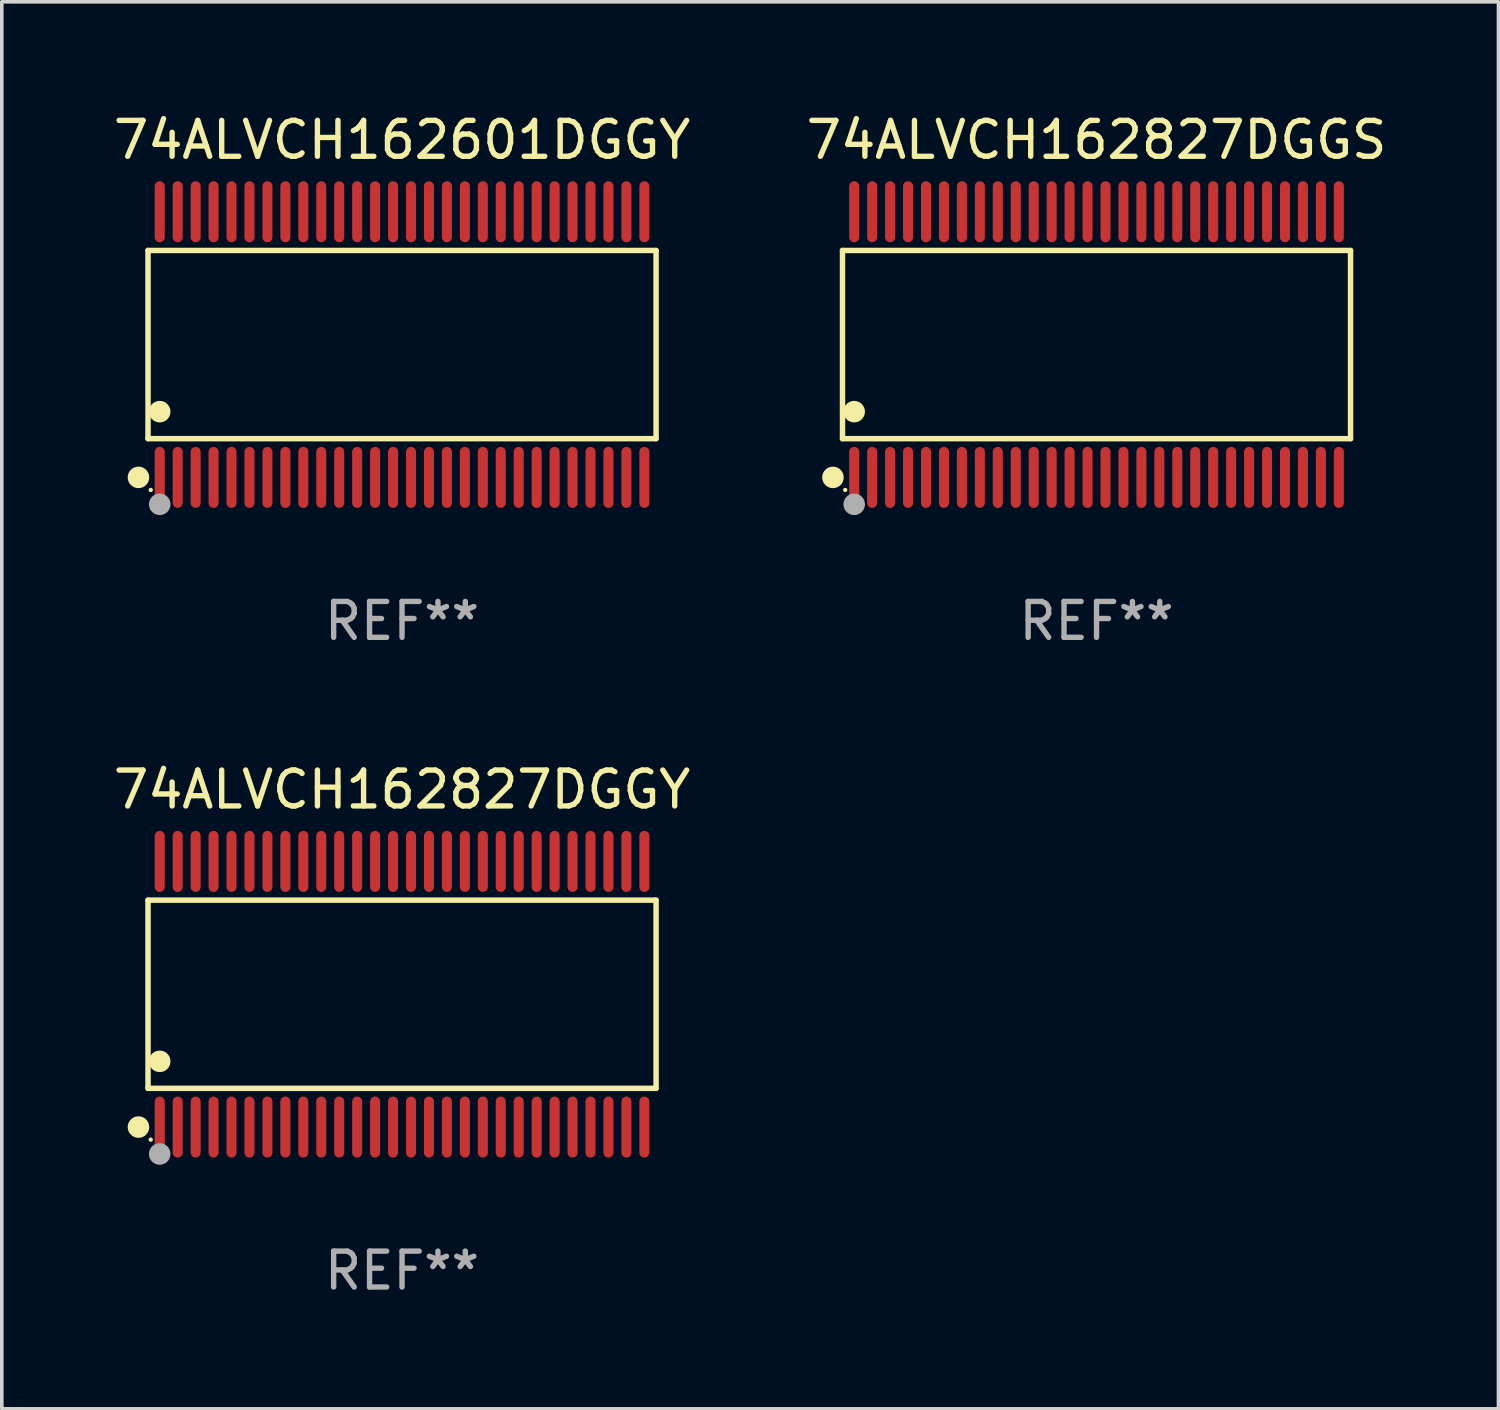
<source format=kicad_pcb>
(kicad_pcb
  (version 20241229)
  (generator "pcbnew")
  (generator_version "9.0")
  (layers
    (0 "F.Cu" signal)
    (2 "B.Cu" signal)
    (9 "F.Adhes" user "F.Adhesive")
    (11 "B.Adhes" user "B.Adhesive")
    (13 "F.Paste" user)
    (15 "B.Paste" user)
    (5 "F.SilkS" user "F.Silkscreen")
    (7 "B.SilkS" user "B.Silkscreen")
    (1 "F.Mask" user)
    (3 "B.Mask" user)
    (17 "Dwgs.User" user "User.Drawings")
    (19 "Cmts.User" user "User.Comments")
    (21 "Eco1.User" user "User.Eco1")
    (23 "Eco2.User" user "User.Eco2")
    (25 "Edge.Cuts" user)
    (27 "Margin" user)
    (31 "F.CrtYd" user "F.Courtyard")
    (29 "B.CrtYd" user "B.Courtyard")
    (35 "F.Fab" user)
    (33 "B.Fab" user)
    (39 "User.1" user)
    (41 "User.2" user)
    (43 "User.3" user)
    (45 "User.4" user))
  (footprint "74ALVCH162827DGGY"
    (layer "F.Cu")
    (at 8.149 24.645)
    (property "Reference" "74ALVCH162827DGGY" (at 0 -5.7 0) (layer "F.SilkS") (effects (font (size 1 1) (thickness 0.15))))
    (attr through_hole)
    (fp_line (start -7.076 -2.621) (end 7.076 -2.621) (stroke (width 0.152) (type solid)) (layer "F.SilkS"))
    (fp_line (start -7.076 2.621) (end -7.076 -2.621) (stroke (width 0.152) (type solid)) (layer "F.SilkS"))
    (fp_line (start 7.076 -2.621) (end 7.076 2.621) (stroke (width 0.152) (type solid)) (layer "F.SilkS"))
    (fp_line (start 7.076 2.621) (end -7.076 2.621) (stroke (width 0.152) (type solid)) (layer "F.SilkS"))
    (fp_circle (center -7.342 3.7) (end -7.192 3.7) (stroke (width 0.3) (type solid)) (fill no) (layer "F.SilkS"))
    (fp_circle (center -7 4.05) (end -6.97 4.05) (stroke (width 0.06) (type solid)) (fill no) (layer "F.SilkS"))
    (fp_circle (center -6.75 1.869) (end -6.6 1.869) (stroke (width 0.3) (type solid)) (fill no) (layer "F.SilkS"))
    (fp_circle (center -6.75 4.45) (end -6.6 4.45) (stroke (width 0.3) (type solid)) (fill no) (layer "F.Fab"))
    (fp_text user "REF**" (at 0 7.7 0) (layer "F.Fab") (effects (font (size 1 1) (thickness 0.15))))
    (pad "1" smd oval (at -6.75 3.7) (size 0.28 1.7) (layers "F.Cu" "F.Mask" "F.Paste"))
    (pad "2" smd oval (at -6.25 3.7) (size 0.28 1.7) (layers "F.Cu" "F.Mask" "F.Paste"))
    (pad "3" smd oval (at -5.75 3.7) (size 0.28 1.7) (layers "F.Cu" "F.Mask" "F.Paste"))
    (pad "4" smd oval (at -5.25 3.7) (size 0.28 1.7) (layers "F.Cu" "F.Mask" "F.Paste"))
    (pad "5" smd oval (at -4.75 3.7) (size 0.28 1.7) (layers "F.Cu" "F.Mask" "F.Paste"))
    (pad "6" smd oval (at -4.25 3.7) (size 0.28 1.7) (layers "F.Cu" "F.Mask" "F.Paste"))
    (pad "7" smd oval (at -3.75 3.7) (size 0.28 1.7) (layers "F.Cu" "F.Mask" "F.Paste"))
    (pad "8" smd oval (at -3.25 3.7) (size 0.28 1.7) (layers "F.Cu" "F.Mask" "F.Paste"))
    (pad "9" smd oval (at -2.75 3.7) (size 0.28 1.7) (layers "F.Cu" "F.Mask" "F.Paste"))
    (pad "10" smd oval (at -2.25 3.7) (size 0.28 1.7) (layers "F.Cu" "F.Mask" "F.Paste"))
    (pad "11" smd oval (at -1.75 3.7) (size 0.28 1.7) (layers "F.Cu" "F.Mask" "F.Paste"))
    (pad "12" smd oval (at -1.25 3.7) (size 0.28 1.7) (layers "F.Cu" "F.Mask" "F.Paste"))
    (pad "13" smd oval (at -0.75 3.7) (size 0.28 1.7) (layers "F.Cu" "F.Mask" "F.Paste"))
    (pad "14" smd oval (at -0.25 3.7) (size 0.28 1.7) (layers "F.Cu" "F.Mask" "F.Paste"))
    (pad "15" smd oval (at 0.25 3.7) (size 0.28 1.7) (layers "F.Cu" "F.Mask" "F.Paste"))
    (pad "16" smd oval (at 0.75 3.7) (size 0.28 1.7) (layers "F.Cu" "F.Mask" "F.Paste"))
    (pad "17" smd oval (at 1.25 3.7) (size 0.28 1.7) (layers "F.Cu" "F.Mask" "F.Paste"))
    (pad "18" smd oval (at 1.75 3.7) (size 0.28 1.7) (layers "F.Cu" "F.Mask" "F.Paste"))
    (pad "19" smd oval (at 2.25 3.7) (size 0.28 1.7) (layers "F.Cu" "F.Mask" "F.Paste"))
    (pad "20" smd oval (at 2.75 3.7) (size 0.28 1.7) (layers "F.Cu" "F.Mask" "F.Paste"))
    (pad "21" smd oval (at 3.25 3.7) (size 0.28 1.7) (layers "F.Cu" "F.Mask" "F.Paste"))
    (pad "22" smd oval (at 3.75 3.7) (size 0.28 1.7) (layers "F.Cu" "F.Mask" "F.Paste"))
    (pad "23" smd oval (at 4.25 3.7) (size 0.28 1.7) (layers "F.Cu" "F.Mask" "F.Paste"))
    (pad "24" smd oval (at 4.75 3.7) (size 0.28 1.7) (layers "F.Cu" "F.Mask" "F.Paste"))
    (pad "25" smd oval (at 5.25 3.7) (size 0.28 1.7) (layers "F.Cu" "F.Mask" "F.Paste"))
    (pad "26" smd oval (at 5.75 3.7) (size 0.28 1.7) (layers "F.Cu" "F.Mask" "F.Paste"))
    (pad "27" smd oval (at 6.25 3.7) (size 0.28 1.7) (layers "F.Cu" "F.Mask" "F.Paste"))
    (pad "28" smd oval (at 6.75 3.7) (size 0.28 1.7) (layers "F.Cu" "F.Mask" "F.Paste"))
    (pad "29" smd oval (at 6.75 -3.7) (size 0.28 1.7) (layers "F.Cu" "F.Mask" "F.Paste"))
    (pad "30" smd oval (at 6.25 -3.7) (size 0.28 1.7) (layers "F.Cu" "F.Mask" "F.Paste"))
    (pad "31" smd oval (at 5.75 -3.7) (size 0.28 1.7) (layers "F.Cu" "F.Mask" "F.Paste"))
    (pad "32" smd oval (at 5.25 -3.7) (size 0.28 1.7) (layers "F.Cu" "F.Mask" "F.Paste"))
    (pad "33" smd oval (at 4.75 -3.7) (size 0.28 1.7) (layers "F.Cu" "F.Mask" "F.Paste"))
    (pad "34" smd oval (at 4.25 -3.7) (size 0.28 1.7) (layers "F.Cu" "F.Mask" "F.Paste"))
    (pad "35" smd oval (at 3.75 -3.7) (size 0.28 1.7) (layers "F.Cu" "F.Mask" "F.Paste"))
    (pad "36" smd oval (at 3.25 -3.7) (size 0.28 1.7) (layers "F.Cu" "F.Mask" "F.Paste"))
    (pad "37" smd oval (at 2.75 -3.7) (size 0.28 1.7) (layers "F.Cu" "F.Mask" "F.Paste"))
    (pad "38" smd oval (at 2.25 -3.7) (size 0.28 1.7) (layers "F.Cu" "F.Mask" "F.Paste"))
    (pad "39" smd oval (at 1.75 -3.7) (size 0.28 1.7) (layers "F.Cu" "F.Mask" "F.Paste"))
    (pad "40" smd oval (at 1.25 -3.7) (size 0.28 1.7) (layers "F.Cu" "F.Mask" "F.Paste"))
    (pad "41" smd oval (at 0.75 -3.7) (size 0.28 1.7) (layers "F.Cu" "F.Mask" "F.Paste"))
    (pad "42" smd oval (at 0.25 -3.7) (size 0.28 1.7) (layers "F.Cu" "F.Mask" "F.Paste"))
    (pad "43" smd oval (at -0.25 -3.7) (size 0.28 1.7) (layers "F.Cu" "F.Mask" "F.Paste"))
    (pad "44" smd oval (at -0.75 -3.7) (size 0.28 1.7) (layers "F.Cu" "F.Mask" "F.Paste"))
    (pad "45" smd oval (at -1.25 -3.7) (size 0.28 1.7) (layers "F.Cu" "F.Mask" "F.Paste"))
    (pad "46" smd oval (at -1.75 -3.7) (size 0.28 1.7) (layers "F.Cu" "F.Mask" "F.Paste"))
    (pad "47" smd oval (at -2.25 -3.7) (size 0.28 1.7) (layers "F.Cu" "F.Mask" "F.Paste"))
    (pad "48" smd oval (at -2.75 -3.7) (size 0.28 1.7) (layers "F.Cu" "F.Mask" "F.Paste"))
    (pad "49" smd oval (at -3.25 -3.7) (size 0.28 1.7) (layers "F.Cu" "F.Mask" "F.Paste"))
    (pad "50" smd oval (at -3.75 -3.7) (size 0.28 1.7) (layers "F.Cu" "F.Mask" "F.Paste"))
    (pad "51" smd oval (at -4.25 -3.7) (size 0.28 1.7) (layers "F.Cu" "F.Mask" "F.Paste"))
    (pad "52" smd oval (at -4.75 -3.7) (size 0.28 1.7) (layers "F.Cu" "F.Mask" "F.Paste"))
    (pad "53" smd oval (at -5.25 -3.7) (size 0.28 1.7) (layers "F.Cu" "F.Mask" "F.Paste"))
    (pad "54" smd oval (at -5.75 -3.7) (size 0.28 1.7) (layers "F.Cu" "F.Mask" "F.Paste"))
    (pad "55" smd oval (at -6.25 -3.7) (size 0.28 1.7) (layers "F.Cu" "F.Mask" "F.Paste"))
    (pad "56" smd oval (at -6.75 -3.7) (size 0.28 1.7) (layers "F.Cu" "F.Mask" "F.Paste")))
  (footprint "74ALVCH162827DGGS"
    (layer "F.Cu")
    (at 27.494 6.548)
    (property "Reference" "74ALVCH162827DGGS" (at 0 -5.7 0) (layer "F.SilkS") (effects (font (size 1 1) (thickness 0.15))))
    (attr through_hole)
    (fp_line (start -7.076 -2.621) (end 7.076 -2.621) (stroke (width 0.152) (type solid)) (layer "F.SilkS"))
    (fp_line (start -7.076 2.621) (end -7.076 -2.621) (stroke (width 0.152) (type solid)) (layer "F.SilkS"))
    (fp_line (start 7.076 -2.621) (end 7.076 2.621) (stroke (width 0.152) (type solid)) (layer "F.SilkS"))
    (fp_line (start 7.076 2.621) (end -7.076 2.621) (stroke (width 0.152) (type solid)) (layer "F.SilkS"))
    (fp_circle (center -7.342 3.7) (end -7.192 3.7) (stroke (width 0.3) (type solid)) (fill no) (layer "F.SilkS"))
    (fp_circle (center -7 4.05) (end -6.97 4.05) (stroke (width 0.06) (type solid)) (fill no) (layer "F.SilkS"))
    (fp_circle (center -6.75 1.869) (end -6.6 1.869) (stroke (width 0.3) (type solid)) (fill no) (layer "F.SilkS"))
    (fp_circle (center -6.75 4.45) (end -6.6 4.45) (stroke (width 0.3) (type solid)) (fill no) (layer "F.Fab"))
    (fp_text user "REF**" (at 0 7.7 0) (layer "F.Fab") (effects (font (size 1 1) (thickness 0.15))))
    (pad "1" smd oval (at -6.75 3.7) (size 0.28 1.7) (layers "F.Cu" "F.Mask" "F.Paste"))
    (pad "2" smd oval (at -6.25 3.7) (size 0.28 1.7) (layers "F.Cu" "F.Mask" "F.Paste"))
    (pad "3" smd oval (at -5.75 3.7) (size 0.28 1.7) (layers "F.Cu" "F.Mask" "F.Paste"))
    (pad "4" smd oval (at -5.25 3.7) (size 0.28 1.7) (layers "F.Cu" "F.Mask" "F.Paste"))
    (pad "5" smd oval (at -4.75 3.7) (size 0.28 1.7) (layers "F.Cu" "F.Mask" "F.Paste"))
    (pad "6" smd oval (at -4.25 3.7) (size 0.28 1.7) (layers "F.Cu" "F.Mask" "F.Paste"))
    (pad "7" smd oval (at -3.75 3.7) (size 0.28 1.7) (layers "F.Cu" "F.Mask" "F.Paste"))
    (pad "8" smd oval (at -3.25 3.7) (size 0.28 1.7) (layers "F.Cu" "F.Mask" "F.Paste"))
    (pad "9" smd oval (at -2.75 3.7) (size 0.28 1.7) (layers "F.Cu" "F.Mask" "F.Paste"))
    (pad "10" smd oval (at -2.25 3.7) (size 0.28 1.7) (layers "F.Cu" "F.Mask" "F.Paste"))
    (pad "11" smd oval (at -1.75 3.7) (size 0.28 1.7) (layers "F.Cu" "F.Mask" "F.Paste"))
    (pad "12" smd oval (at -1.25 3.7) (size 0.28 1.7) (layers "F.Cu" "F.Mask" "F.Paste"))
    (pad "13" smd oval (at -0.75 3.7) (size 0.28 1.7) (layers "F.Cu" "F.Mask" "F.Paste"))
    (pad "14" smd oval (at -0.25 3.7) (size 0.28 1.7) (layers "F.Cu" "F.Mask" "F.Paste"))
    (pad "15" smd oval (at 0.25 3.7) (size 0.28 1.7) (layers "F.Cu" "F.Mask" "F.Paste"))
    (pad "16" smd oval (at 0.75 3.7) (size 0.28 1.7) (layers "F.Cu" "F.Mask" "F.Paste"))
    (pad "17" smd oval (at 1.25 3.7) (size 0.28 1.7) (layers "F.Cu" "F.Mask" "F.Paste"))
    (pad "18" smd oval (at 1.75 3.7) (size 0.28 1.7) (layers "F.Cu" "F.Mask" "F.Paste"))
    (pad "19" smd oval (at 2.25 3.7) (size 0.28 1.7) (layers "F.Cu" "F.Mask" "F.Paste"))
    (pad "20" smd oval (at 2.75 3.7) (size 0.28 1.7) (layers "F.Cu" "F.Mask" "F.Paste"))
    (pad "21" smd oval (at 3.25 3.7) (size 0.28 1.7) (layers "F.Cu" "F.Mask" "F.Paste"))
    (pad "22" smd oval (at 3.75 3.7) (size 0.28 1.7) (layers "F.Cu" "F.Mask" "F.Paste"))
    (pad "23" smd oval (at 4.25 3.7) (size 0.28 1.7) (layers "F.Cu" "F.Mask" "F.Paste"))
    (pad "24" smd oval (at 4.75 3.7) (size 0.28 1.7) (layers "F.Cu" "F.Mask" "F.Paste"))
    (pad "25" smd oval (at 5.25 3.7) (size 0.28 1.7) (layers "F.Cu" "F.Mask" "F.Paste"))
    (pad "26" smd oval (at 5.75 3.7) (size 0.28 1.7) (layers "F.Cu" "F.Mask" "F.Paste"))
    (pad "27" smd oval (at 6.25 3.7) (size 0.28 1.7) (layers "F.Cu" "F.Mask" "F.Paste"))
    (pad "28" smd oval (at 6.75 3.7) (size 0.28 1.7) (layers "F.Cu" "F.Mask" "F.Paste"))
    (pad "29" smd oval (at 6.75 -3.7) (size 0.28 1.7) (layers "F.Cu" "F.Mask" "F.Paste"))
    (pad "30" smd oval (at 6.25 -3.7) (size 0.28 1.7) (layers "F.Cu" "F.Mask" "F.Paste"))
    (pad "31" smd oval (at 5.75 -3.7) (size 0.28 1.7) (layers "F.Cu" "F.Mask" "F.Paste"))
    (pad "32" smd oval (at 5.25 -3.7) (size 0.28 1.7) (layers "F.Cu" "F.Mask" "F.Paste"))
    (pad "33" smd oval (at 4.75 -3.7) (size 0.28 1.7) (layers "F.Cu" "F.Mask" "F.Paste"))
    (pad "34" smd oval (at 4.25 -3.7) (size 0.28 1.7) (layers "F.Cu" "F.Mask" "F.Paste"))
    (pad "35" smd oval (at 3.75 -3.7) (size 0.28 1.7) (layers "F.Cu" "F.Mask" "F.Paste"))
    (pad "36" smd oval (at 3.25 -3.7) (size 0.28 1.7) (layers "F.Cu" "F.Mask" "F.Paste"))
    (pad "37" smd oval (at 2.75 -3.7) (size 0.28 1.7) (layers "F.Cu" "F.Mask" "F.Paste"))
    (pad "38" smd oval (at 2.25 -3.7) (size 0.28 1.7) (layers "F.Cu" "F.Mask" "F.Paste"))
    (pad "39" smd oval (at 1.75 -3.7) (size 0.28 1.7) (layers "F.Cu" "F.Mask" "F.Paste"))
    (pad "40" smd oval (at 1.25 -3.7) (size 0.28 1.7) (layers "F.Cu" "F.Mask" "F.Paste"))
    (pad "41" smd oval (at 0.75 -3.7) (size 0.28 1.7) (layers "F.Cu" "F.Mask" "F.Paste"))
    (pad "42" smd oval (at 0.25 -3.7) (size 0.28 1.7) (layers "F.Cu" "F.Mask" "F.Paste"))
    (pad "43" smd oval (at -0.25 -3.7) (size 0.28 1.7) (layers "F.Cu" "F.Mask" "F.Paste"))
    (pad "44" smd oval (at -0.75 -3.7) (size 0.28 1.7) (layers "F.Cu" "F.Mask" "F.Paste"))
    (pad "45" smd oval (at -1.25 -3.7) (size 0.28 1.7) (layers "F.Cu" "F.Mask" "F.Paste"))
    (pad "46" smd oval (at -1.75 -3.7) (size 0.28 1.7) (layers "F.Cu" "F.Mask" "F.Paste"))
    (pad "47" smd oval (at -2.25 -3.7) (size 0.28 1.7) (layers "F.Cu" "F.Mask" "F.Paste"))
    (pad "48" smd oval (at -2.75 -3.7) (size 0.28 1.7) (layers "F.Cu" "F.Mask" "F.Paste"))
    (pad "49" smd oval (at -3.25 -3.7) (size 0.28 1.7) (layers "F.Cu" "F.Mask" "F.Paste"))
    (pad "50" smd oval (at -3.75 -3.7) (size 0.28 1.7) (layers "F.Cu" "F.Mask" "F.Paste"))
    (pad "51" smd oval (at -4.25 -3.7) (size 0.28 1.7) (layers "F.Cu" "F.Mask" "F.Paste"))
    (pad "52" smd oval (at -4.75 -3.7) (size 0.28 1.7) (layers "F.Cu" "F.Mask" "F.Paste"))
    (pad "53" smd oval (at -5.25 -3.7) (size 0.28 1.7) (layers "F.Cu" "F.Mask" "F.Paste"))
    (pad "54" smd oval (at -5.75 -3.7) (size 0.28 1.7) (layers "F.Cu" "F.Mask" "F.Paste"))
    (pad "55" smd oval (at -6.25 -3.7) (size 0.28 1.7) (layers "F.Cu" "F.Mask" "F.Paste"))
    (pad "56" smd oval (at -6.75 -3.7) (size 0.28 1.7) (layers "F.Cu" "F.Mask" "F.Paste")))
  (footprint "74ALVCH162601DGGY"
    (layer "F.Cu")
    (at 8.149 6.548)
    (property "Reference" "74ALVCH162601DGGY" (at 0 -5.7 0) (layer "F.SilkS") (effects (font (size 1 1) (thickness 0.15))))
    (attr through_hole)
    (fp_line (start -7.076 -2.621) (end 7.076 -2.621) (stroke (width 0.152) (type solid)) (layer "F.SilkS"))
    (fp_line (start -7.076 2.621) (end -7.076 -2.621) (stroke (width 0.152) (type solid)) (layer "F.SilkS"))
    (fp_line (start 7.076 -2.621) (end 7.076 2.621) (stroke (width 0.152) (type solid)) (layer "F.SilkS"))
    (fp_line (start 7.076 2.621) (end -7.076 2.621) (stroke (width 0.152) (type solid)) (layer "F.SilkS"))
    (fp_circle (center -7.342 3.7) (end -7.192 3.7) (stroke (width 0.3) (type solid)) (fill no) (layer "F.SilkS"))
    (fp_circle (center -7 4.05) (end -6.97 4.05) (stroke (width 0.06) (type solid)) (fill no) (layer "F.SilkS"))
    (fp_circle (center -6.75 1.869) (end -6.6 1.869) (stroke (width 0.3) (type solid)) (fill no) (layer "F.SilkS"))
    (fp_circle (center -6.75 4.45) (end -6.6 4.45) (stroke (width 0.3) (type solid)) (fill no) (layer "F.Fab"))
    (fp_text user "REF**" (at 0 7.7 0) (layer "F.Fab") (effects (font (size 1 1) (thickness 0.15))))
    (pad "1" smd oval (at -6.75 3.7) (size 0.28 1.7) (layers "F.Cu" "F.Mask" "F.Paste"))
    (pad "2" smd oval (at -6.25 3.7) (size 0.28 1.7) (layers "F.Cu" "F.Mask" "F.Paste"))
    (pad "3" smd oval (at -5.75 3.7) (size 0.28 1.7) (layers "F.Cu" "F.Mask" "F.Paste"))
    (pad "4" smd oval (at -5.25 3.7) (size 0.28 1.7) (layers "F.Cu" "F.Mask" "F.Paste"))
    (pad "5" smd oval (at -4.75 3.7) (size 0.28 1.7) (layers "F.Cu" "F.Mask" "F.Paste"))
    (pad "6" smd oval (at -4.25 3.7) (size 0.28 1.7) (layers "F.Cu" "F.Mask" "F.Paste"))
    (pad "7" smd oval (at -3.75 3.7) (size 0.28 1.7) (layers "F.Cu" "F.Mask" "F.Paste"))
    (pad "8" smd oval (at -3.25 3.7) (size 0.28 1.7) (layers "F.Cu" "F.Mask" "F.Paste"))
    (pad "9" smd oval (at -2.75 3.7) (size 0.28 1.7) (layers "F.Cu" "F.Mask" "F.Paste"))
    (pad "10" smd oval (at -2.25 3.7) (size 0.28 1.7) (layers "F.Cu" "F.Mask" "F.Paste"))
    (pad "11" smd oval (at -1.75 3.7) (size 0.28 1.7) (layers "F.Cu" "F.Mask" "F.Paste"))
    (pad "12" smd oval (at -1.25 3.7) (size 0.28 1.7) (layers "F.Cu" "F.Mask" "F.Paste"))
    (pad "13" smd oval (at -0.75 3.7) (size 0.28 1.7) (layers "F.Cu" "F.Mask" "F.Paste"))
    (pad "14" smd oval (at -0.25 3.7) (size 0.28 1.7) (layers "F.Cu" "F.Mask" "F.Paste"))
    (pad "15" smd oval (at 0.25 3.7) (size 0.28 1.7) (layers "F.Cu" "F.Mask" "F.Paste"))
    (pad "16" smd oval (at 0.75 3.7) (size 0.28 1.7) (layers "F.Cu" "F.Mask" "F.Paste"))
    (pad "17" smd oval (at 1.25 3.7) (size 0.28 1.7) (layers "F.Cu" "F.Mask" "F.Paste"))
    (pad "18" smd oval (at 1.75 3.7) (size 0.28 1.7) (layers "F.Cu" "F.Mask" "F.Paste"))
    (pad "19" smd oval (at 2.25 3.7) (size 0.28 1.7) (layers "F.Cu" "F.Mask" "F.Paste"))
    (pad "20" smd oval (at 2.75 3.7) (size 0.28 1.7) (layers "F.Cu" "F.Mask" "F.Paste"))
    (pad "21" smd oval (at 3.25 3.7) (size 0.28 1.7) (layers "F.Cu" "F.Mask" "F.Paste"))
    (pad "22" smd oval (at 3.75 3.7) (size 0.28 1.7) (layers "F.Cu" "F.Mask" "F.Paste"))
    (pad "23" smd oval (at 4.25 3.7) (size 0.28 1.7) (layers "F.Cu" "F.Mask" "F.Paste"))
    (pad "24" smd oval (at 4.75 3.7) (size 0.28 1.7) (layers "F.Cu" "F.Mask" "F.Paste"))
    (pad "25" smd oval (at 5.25 3.7) (size 0.28 1.7) (layers "F.Cu" "F.Mask" "F.Paste"))
    (pad "26" smd oval (at 5.75 3.7) (size 0.28 1.7) (layers "F.Cu" "F.Mask" "F.Paste"))
    (pad "27" smd oval (at 6.25 3.7) (size 0.28 1.7) (layers "F.Cu" "F.Mask" "F.Paste"))
    (pad "28" smd oval (at 6.75 3.7) (size 0.28 1.7) (layers "F.Cu" "F.Mask" "F.Paste"))
    (pad "29" smd oval (at 6.75 -3.7) (size 0.28 1.7) (layers "F.Cu" "F.Mask" "F.Paste"))
    (pad "30" smd oval (at 6.25 -3.7) (size 0.28 1.7) (layers "F.Cu" "F.Mask" "F.Paste"))
    (pad "31" smd oval (at 5.75 -3.7) (size 0.28 1.7) (layers "F.Cu" "F.Mask" "F.Paste"))
    (pad "32" smd oval (at 5.25 -3.7) (size 0.28 1.7) (layers "F.Cu" "F.Mask" "F.Paste"))
    (pad "33" smd oval (at 4.75 -3.7) (size 0.28 1.7) (layers "F.Cu" "F.Mask" "F.Paste"))
    (pad "34" smd oval (at 4.25 -3.7) (size 0.28 1.7) (layers "F.Cu" "F.Mask" "F.Paste"))
    (pad "35" smd oval (at 3.75 -3.7) (size 0.28 1.7) (layers "F.Cu" "F.Mask" "F.Paste"))
    (pad "36" smd oval (at 3.25 -3.7) (size 0.28 1.7) (layers "F.Cu" "F.Mask" "F.Paste"))
    (pad "37" smd oval (at 2.75 -3.7) (size 0.28 1.7) (layers "F.Cu" "F.Mask" "F.Paste"))
    (pad "38" smd oval (at 2.25 -3.7) (size 0.28 1.7) (layers "F.Cu" "F.Mask" "F.Paste"))
    (pad "39" smd oval (at 1.75 -3.7) (size 0.28 1.7) (layers "F.Cu" "F.Mask" "F.Paste"))
    (pad "40" smd oval (at 1.25 -3.7) (size 0.28 1.7) (layers "F.Cu" "F.Mask" "F.Paste"))
    (pad "41" smd oval (at 0.75 -3.7) (size 0.28 1.7) (layers "F.Cu" "F.Mask" "F.Paste"))
    (pad "42" smd oval (at 0.25 -3.7) (size 0.28 1.7) (layers "F.Cu" "F.Mask" "F.Paste"))
    (pad "43" smd oval (at -0.25 -3.7) (size 0.28 1.7) (layers "F.Cu" "F.Mask" "F.Paste"))
    (pad "44" smd oval (at -0.75 -3.7) (size 0.28 1.7) (layers "F.Cu" "F.Mask" "F.Paste"))
    (pad "45" smd oval (at -1.25 -3.7) (size 0.28 1.7) (layers "F.Cu" "F.Mask" "F.Paste"))
    (pad "46" smd oval (at -1.75 -3.7) (size 0.28 1.7) (layers "F.Cu" "F.Mask" "F.Paste"))
    (pad "47" smd oval (at -2.25 -3.7) (size 0.28 1.7) (layers "F.Cu" "F.Mask" "F.Paste"))
    (pad "48" smd oval (at -2.75 -3.7) (size 0.28 1.7) (layers "F.Cu" "F.Mask" "F.Paste"))
    (pad "49" smd oval (at -3.25 -3.7) (size 0.28 1.7) (layers "F.Cu" "F.Mask" "F.Paste"))
    (pad "50" smd oval (at -3.75 -3.7) (size 0.28 1.7) (layers "F.Cu" "F.Mask" "F.Paste"))
    (pad "51" smd oval (at -4.25 -3.7) (size 0.28 1.7) (layers "F.Cu" "F.Mask" "F.Paste"))
    (pad "52" smd oval (at -4.75 -3.7) (size 0.28 1.7) (layers "F.Cu" "F.Mask" "F.Paste"))
    (pad "53" smd oval (at -5.25 -3.7) (size 0.28 1.7) (layers "F.Cu" "F.Mask" "F.Paste"))
    (pad "54" smd oval (at -5.75 -3.7) (size 0.28 1.7) (layers "F.Cu" "F.Mask" "F.Paste"))
    (pad "55" smd oval (at -6.25 -3.7) (size 0.28 1.7) (layers "F.Cu" "F.Mask" "F.Paste"))
    (pad "56" smd oval (at -6.75 -3.7) (size 0.28 1.7) (layers "F.Cu" "F.Mask" "F.Paste")))
  (gr_rect
    (start -3 -3)
    (end 38.69 36.193)
    (stroke (width 0.1) (type default))
    (fill no)
    (layer "Edge.Cuts")))
</source>
